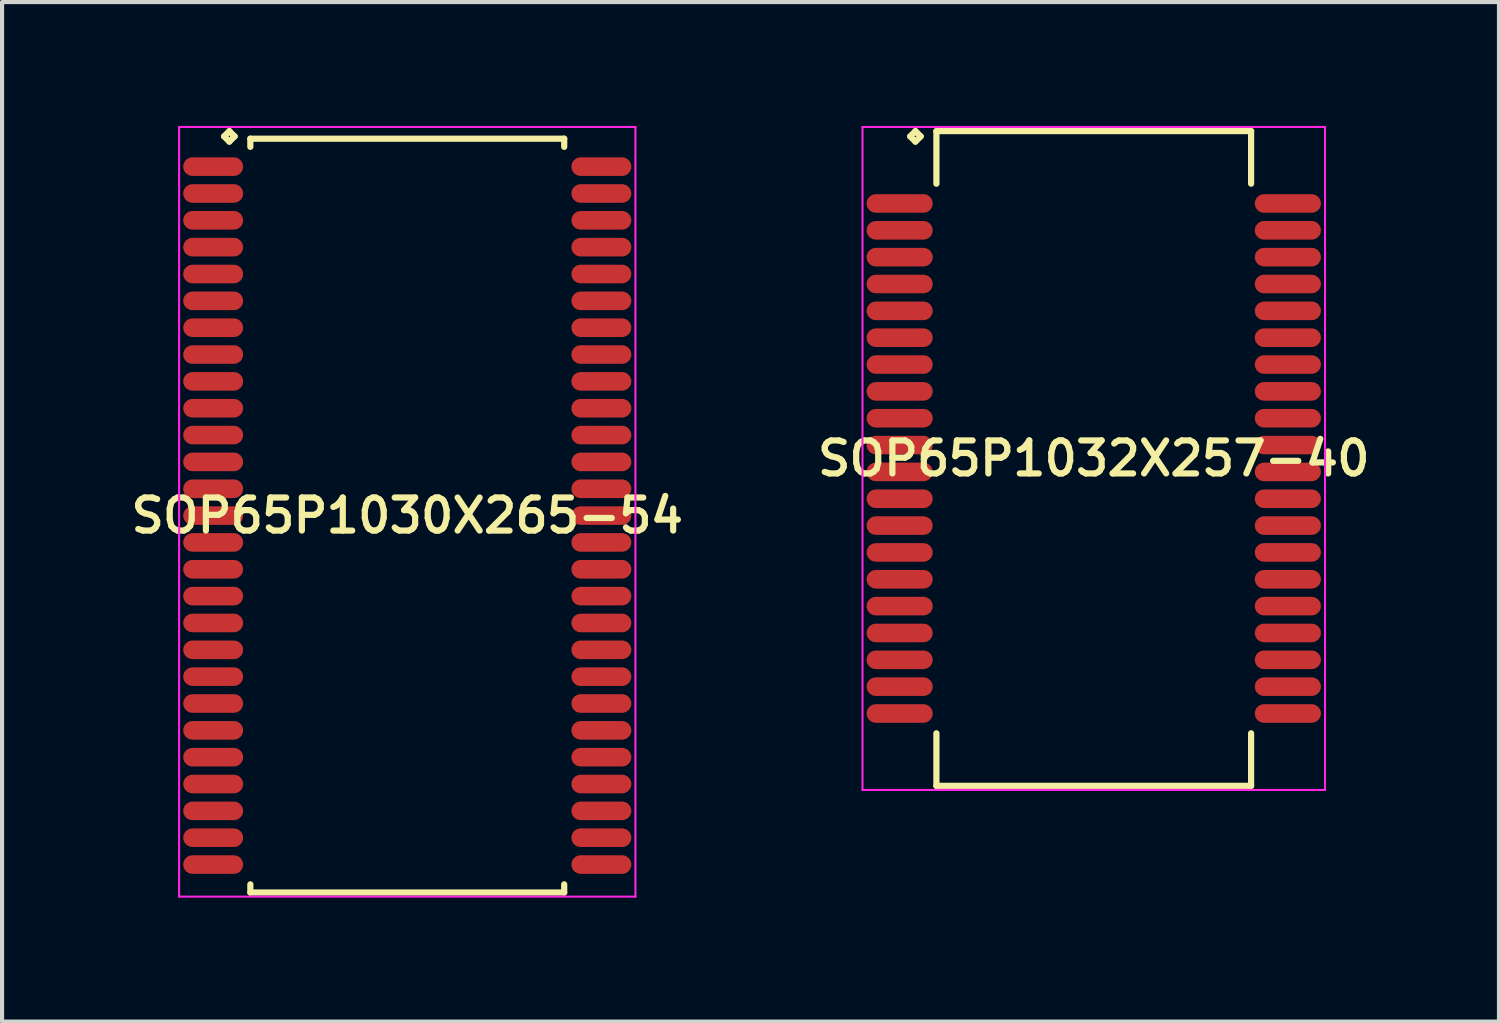
<source format=kicad_pcb>
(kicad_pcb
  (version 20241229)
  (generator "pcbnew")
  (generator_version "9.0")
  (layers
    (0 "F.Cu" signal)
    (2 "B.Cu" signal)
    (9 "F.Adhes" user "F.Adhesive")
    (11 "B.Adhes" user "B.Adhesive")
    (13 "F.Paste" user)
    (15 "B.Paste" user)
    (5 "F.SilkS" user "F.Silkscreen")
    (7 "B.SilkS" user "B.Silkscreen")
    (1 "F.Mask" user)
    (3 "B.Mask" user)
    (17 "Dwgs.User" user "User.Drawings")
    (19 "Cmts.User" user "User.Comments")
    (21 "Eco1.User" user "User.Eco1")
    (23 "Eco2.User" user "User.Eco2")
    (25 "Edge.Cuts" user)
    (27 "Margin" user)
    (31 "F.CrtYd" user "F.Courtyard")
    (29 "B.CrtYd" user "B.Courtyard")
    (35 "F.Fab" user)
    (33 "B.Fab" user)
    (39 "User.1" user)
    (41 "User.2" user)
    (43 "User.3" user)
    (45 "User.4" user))
  (footprint "SOP65P1030X265-54"
    (layer "F.Cu")
    (at 6.812 9.435)
    (property "Reference" "SOP65P1030X265-54" (at 0 0 0) (layer "F.SilkS") (effects (font (size 0.8 0.8) (thickness 0.15))))
    (attr smd)
    (fp_line (start -4.435 -9.183) (end -4.308 -9.31) (stroke (width 0.15) (type solid)) (layer "F.SilkS"))
    (fp_line (start -4.308 -9.31) (end -4.181 -9.183) (stroke (width 0.15) (type solid)) (layer "F.SilkS"))
    (fp_line (start -4.308 -9.056) (end -4.435 -9.183) (stroke (width 0.15) (type solid)) (layer "F.SilkS"))
    (fp_line (start -4.181 -9.183) (end -4.308 -9.056) (stroke (width 0.15) (type solid)) (layer "F.SilkS"))
    (fp_line (start -3.8 -9.127) (end 3.8 -9.127) (stroke (width 0.15) (type solid)) (layer "F.SilkS"))
    (fp_line (start -3.8 -8.929) (end -3.8 -9.127) (stroke (width 0.15) (type solid)) (layer "F.SilkS"))
    (fp_line (start -3.8 8.929) (end -3.8 9.127) (stroke (width 0.15) (type solid)) (layer "F.SilkS"))
    (fp_line (start -3.8 9.127) (end 3.8 9.127) (stroke (width 0.15) (type solid)) (layer "F.SilkS"))
    (fp_line (start 3.8 -9.127) (end 3.8 -8.929) (stroke (width 0.15) (type solid)) (layer "F.SilkS"))
    (fp_line (start 3.8 9.127) (end 3.8 8.929) (stroke (width 0.15) (type solid)) (layer "F.SilkS"))
    (fp_line (start -5.525 -9.41) (end 5.525 -9.41) (stroke (width 0.05) (type solid)) (layer "F.CrtYd"))
    (fp_line (start -5.525 9.227) (end -5.525 -9.41) (stroke (width 0.05) (type solid)) (layer "F.CrtYd"))
    (fp_line (start 5.525 -9.41) (end 5.525 9.227) (stroke (width 0.05) (type solid)) (layer "F.CrtYd"))
    (fp_line (start 5.525 9.227) (end -5.525 9.227) (stroke (width 0.05) (type solid)) (layer "F.CrtYd"))
    (pad "1" smd oval (at -4.7 -8.45) (size 1.45 0.45) (layers "F.Cu" "F.Mask" "F.Paste"))
    (pad "2" smd oval (at -4.7 -7.8) (size 1.45 0.45) (layers "F.Cu" "F.Mask" "F.Paste"))
    (pad "3" smd oval (at -4.7 -7.15) (size 1.45 0.45) (layers "F.Cu" "F.Mask" "F.Paste"))
    (pad "4" smd oval (at -4.7 -6.5) (size 1.45 0.45) (layers "F.Cu" "F.Mask" "F.Paste"))
    (pad "5" smd oval (at -4.7 -5.85) (size 1.45 0.45) (layers "F.Cu" "F.Mask" "F.Paste"))
    (pad "6" smd oval (at -4.7 -5.2) (size 1.45 0.45) (layers "F.Cu" "F.Mask" "F.Paste"))
    (pad "7" smd oval (at -4.7 -4.55) (size 1.45 0.45) (layers "F.Cu" "F.Mask" "F.Paste"))
    (pad "8" smd oval (at -4.7 -3.9) (size 1.45 0.45) (layers "F.Cu" "F.Mask" "F.Paste"))
    (pad "9" smd oval (at -4.7 -3.25) (size 1.45 0.45) (layers "F.Cu" "F.Mask" "F.Paste"))
    (pad "10" smd oval (at -4.7 -2.6) (size 1.45 0.45) (layers "F.Cu" "F.Mask" "F.Paste"))
    (pad "11" smd oval (at -4.7 -1.95) (size 1.45 0.45) (layers "F.Cu" "F.Mask" "F.Paste"))
    (pad "12" smd oval (at -4.7 -1.3) (size 1.45 0.45) (layers "F.Cu" "F.Mask" "F.Paste"))
    (pad "13" smd oval (at -4.7 -0.65) (size 1.45 0.45) (layers "F.Cu" "F.Mask" "F.Paste"))
    (pad "14" smd oval (at -4.7 0) (size 1.45 0.45) (layers "F.Cu" "F.Mask" "F.Paste"))
    (pad "15" smd oval (at -4.7 0.65) (size 1.45 0.45) (layers "F.Cu" "F.Mask" "F.Paste"))
    (pad "16" smd oval (at -4.7 1.3) (size 1.45 0.45) (layers "F.Cu" "F.Mask" "F.Paste"))
    (pad "17" smd oval (at -4.7 1.95) (size 1.45 0.45) (layers "F.Cu" "F.Mask" "F.Paste"))
    (pad "18" smd oval (at -4.7 2.6) (size 1.45 0.45) (layers "F.Cu" "F.Mask" "F.Paste"))
    (pad "19" smd oval (at -4.7 3.25) (size 1.45 0.45) (layers "F.Cu" "F.Mask" "F.Paste"))
    (pad "20" smd oval (at -4.7 3.9) (size 1.45 0.45) (layers "F.Cu" "F.Mask" "F.Paste"))
    (pad "21" smd oval (at -4.7 4.55) (size 1.45 0.45) (layers "F.Cu" "F.Mask" "F.Paste"))
    (pad "22" smd oval (at -4.7 5.2) (size 1.45 0.45) (layers "F.Cu" "F.Mask" "F.Paste"))
    (pad "23" smd oval (at -4.7 5.85) (size 1.45 0.45) (layers "F.Cu" "F.Mask" "F.Paste"))
    (pad "24" smd oval (at -4.7 6.5) (size 1.45 0.45) (layers "F.Cu" "F.Mask" "F.Paste"))
    (pad "25" smd oval (at -4.7 7.15) (size 1.45 0.45) (layers "F.Cu" "F.Mask" "F.Paste"))
    (pad "26" smd oval (at -4.7 7.8) (size 1.45 0.45) (layers "F.Cu" "F.Mask" "F.Paste"))
    (pad "27" smd oval (at -4.7 8.45) (size 1.45 0.45) (layers "F.Cu" "F.Mask" "F.Paste"))
    (pad "28" smd oval (at 4.7 8.45) (size 1.45 0.45) (layers "F.Cu" "F.Mask" "F.Paste"))
    (pad "29" smd oval (at 4.7 7.8) (size 1.45 0.45) (layers "F.Cu" "F.Mask" "F.Paste"))
    (pad "30" smd oval (at 4.7 7.15) (size 1.45 0.45) (layers "F.Cu" "F.Mask" "F.Paste"))
    (pad "31" smd oval (at 4.7 6.5) (size 1.45 0.45) (layers "F.Cu" "F.Mask" "F.Paste"))
    (pad "32" smd oval (at 4.7 5.85) (size 1.45 0.45) (layers "F.Cu" "F.Mask" "F.Paste"))
    (pad "33" smd oval (at 4.7 5.2) (size 1.45 0.45) (layers "F.Cu" "F.Mask" "F.Paste"))
    (pad "34" smd oval (at 4.7 4.55) (size 1.45 0.45) (layers "F.Cu" "F.Mask" "F.Paste"))
    (pad "35" smd oval (at 4.7 3.9) (size 1.45 0.45) (layers "F.Cu" "F.Mask" "F.Paste"))
    (pad "36" smd oval (at 4.7 3.25) (size 1.45 0.45) (layers "F.Cu" "F.Mask" "F.Paste"))
    (pad "37" smd oval (at 4.7 2.6) (size 1.45 0.45) (layers "F.Cu" "F.Mask" "F.Paste"))
    (pad "38" smd oval (at 4.7 1.95) (size 1.45 0.45) (layers "F.Cu" "F.Mask" "F.Paste"))
    (pad "39" smd oval (at 4.7 1.3) (size 1.45 0.45) (layers "F.Cu" "F.Mask" "F.Paste"))
    (pad "40" smd oval (at 4.7 0.65) (size 1.45 0.45) (layers "F.Cu" "F.Mask" "F.Paste"))
    (pad "41" smd oval (at 4.7 0) (size 1.45 0.45) (layers "F.Cu" "F.Mask" "F.Paste"))
    (pad "42" smd oval (at 4.7 -0.65) (size 1.45 0.45) (layers "F.Cu" "F.Mask" "F.Paste"))
    (pad "43" smd oval (at 4.7 -1.3) (size 1.45 0.45) (layers "F.Cu" "F.Mask" "F.Paste"))
    (pad "44" smd oval (at 4.7 -1.95) (size 1.45 0.45) (layers "F.Cu" "F.Mask" "F.Paste"))
    (pad "45" smd oval (at 4.7 -2.6) (size 1.45 0.45) (layers "F.Cu" "F.Mask" "F.Paste"))
    (pad "46" smd oval (at 4.7 -3.25) (size 1.45 0.45) (layers "F.Cu" "F.Mask" "F.Paste"))
    (pad "47" smd oval (at 4.7 -3.9) (size 1.45 0.45) (layers "F.Cu" "F.Mask" "F.Paste"))
    (pad "48" smd oval (at 4.7 -4.55) (size 1.45 0.45) (layers "F.Cu" "F.Mask" "F.Paste"))
    (pad "49" smd oval (at 4.7 -5.2) (size 1.45 0.45) (layers "F.Cu" "F.Mask" "F.Paste"))
    (pad "50" smd oval (at 4.7 -5.85) (size 1.45 0.45) (layers "F.Cu" "F.Mask" "F.Paste"))
    (pad "51" smd oval (at 4.7 -6.5) (size 1.45 0.45) (layers "F.Cu" "F.Mask" "F.Paste"))
    (pad "52" smd oval (at 4.7 -7.15) (size 1.45 0.45) (layers "F.Cu" "F.Mask" "F.Paste"))
    (pad "53" smd oval (at 4.7 -7.8) (size 1.45 0.45) (layers "F.Cu" "F.Mask" "F.Paste"))
    (pad "54" smd oval (at 4.7 -8.45) (size 1.45 0.45) (layers "F.Cu" "F.Mask" "F.Paste")))
  (footprint "SOP65P1032X257-40"
    (layer "F.Cu")
    (at 23.435 8.052)
    (property "Reference" "SOP65P1032X257-40" (at 0 0 0) (layer "F.SilkS") (effects (font (size 0.8 0.8) (thickness 0.15))))
    (attr smd)
    (fp_line (start -4.445 -7.8) (end -4.318 -7.927) (stroke (width 0.15) (type solid)) (layer "F.SilkS"))
    (fp_line (start -4.318 -7.927) (end -4.191 -7.8) (stroke (width 0.15) (type solid)) (layer "F.SilkS"))
    (fp_line (start -4.318 -7.673) (end -4.445 -7.8) (stroke (width 0.15) (type solid)) (layer "F.SilkS"))
    (fp_line (start -4.191 -7.8) (end -4.318 -7.673) (stroke (width 0.15) (type solid)) (layer "F.SilkS"))
    (fp_line (start -3.81 -7.927) (end 3.81 -7.927) (stroke (width 0.15) (type solid)) (layer "F.SilkS"))
    (fp_line (start -3.81 -6.654) (end -3.81 -7.927) (stroke (width 0.15) (type solid)) (layer "F.SilkS"))
    (fp_line (start -3.81 6.654) (end -3.81 7.927) (stroke (width 0.15) (type solid)) (layer "F.SilkS"))
    (fp_line (start -3.81 7.927) (end 3.81 7.927) (stroke (width 0.15) (type solid)) (layer "F.SilkS"))
    (fp_line (start 3.81 -7.927) (end 3.81 -6.654) (stroke (width 0.15) (type solid)) (layer "F.SilkS"))
    (fp_line (start 3.81 7.927) (end 3.81 6.654) (stroke (width 0.15) (type solid)) (layer "F.SilkS"))
    (fp_line (start -5.6 -8.027) (end 5.6 -8.027) (stroke (width 0.05) (type solid)) (layer "F.CrtYd"))
    (fp_line (start -5.6 8.027) (end -5.6 -8.027) (stroke (width 0.05) (type solid)) (layer "F.CrtYd"))
    (fp_line (start 5.6 -8.027) (end 5.6 8.027) (stroke (width 0.05) (type solid)) (layer "F.CrtYd"))
    (fp_line (start 5.6 8.027) (end -5.6 8.027) (stroke (width 0.05) (type solid)) (layer "F.CrtYd"))
    (pad "1" smd oval (at -4.7 -6.175) (size 1.6 0.45) (layers "F.Cu" "F.Mask" "F.Paste"))
    (pad "2" smd oval (at -4.7 -5.525) (size 1.6 0.45) (layers "F.Cu" "F.Mask" "F.Paste"))
    (pad "3" smd oval (at -4.7 -4.875) (size 1.6 0.45) (layers "F.Cu" "F.Mask" "F.Paste"))
    (pad "4" smd oval (at -4.7 -4.225) (size 1.6 0.45) (layers "F.Cu" "F.Mask" "F.Paste"))
    (pad "5" smd oval (at -4.7 -3.575) (size 1.6 0.45) (layers "F.Cu" "F.Mask" "F.Paste"))
    (pad "6" smd oval (at -4.7 -2.925) (size 1.6 0.45) (layers "F.Cu" "F.Mask" "F.Paste"))
    (pad "7" smd oval (at -4.7 -2.275) (size 1.6 0.45) (layers "F.Cu" "F.Mask" "F.Paste"))
    (pad "8" smd oval (at -4.7 -1.625) (size 1.6 0.45) (layers "F.Cu" "F.Mask" "F.Paste"))
    (pad "9" smd oval (at -4.7 -0.975) (size 1.6 0.45) (layers "F.Cu" "F.Mask" "F.Paste"))
    (pad "10" smd oval (at -4.7 -0.325) (size 1.6 0.45) (layers "F.Cu" "F.Mask" "F.Paste"))
    (pad "11" smd oval (at -4.7 0.325) (size 1.6 0.45) (layers "F.Cu" "F.Mask" "F.Paste"))
    (pad "12" smd oval (at -4.7 0.975) (size 1.6 0.45) (layers "F.Cu" "F.Mask" "F.Paste"))
    (pad "13" smd oval (at -4.7 1.625) (size 1.6 0.45) (layers "F.Cu" "F.Mask" "F.Paste"))
    (pad "14" smd oval (at -4.7 2.275) (size 1.6 0.45) (layers "F.Cu" "F.Mask" "F.Paste"))
    (pad "15" smd oval (at -4.7 2.925) (size 1.6 0.45) (layers "F.Cu" "F.Mask" "F.Paste"))
    (pad "16" smd oval (at -4.7 3.575) (size 1.6 0.45) (layers "F.Cu" "F.Mask" "F.Paste"))
    (pad "17" smd oval (at -4.7 4.225) (size 1.6 0.45) (layers "F.Cu" "F.Mask" "F.Paste"))
    (pad "18" smd oval (at -4.7 4.875) (size 1.6 0.45) (layers "F.Cu" "F.Mask" "F.Paste"))
    (pad "19" smd oval (at -4.7 5.525) (size 1.6 0.45) (layers "F.Cu" "F.Mask" "F.Paste"))
    (pad "20" smd oval (at -4.7 6.175) (size 1.6 0.45) (layers "F.Cu" "F.Mask" "F.Paste"))
    (pad "21" smd oval (at 4.7 6.175) (size 1.6 0.45) (layers "F.Cu" "F.Mask" "F.Paste"))
    (pad "22" smd oval (at 4.7 5.525) (size 1.6 0.45) (layers "F.Cu" "F.Mask" "F.Paste"))
    (pad "23" smd oval (at 4.7 4.875) (size 1.6 0.45) (layers "F.Cu" "F.Mask" "F.Paste"))
    (pad "24" smd oval (at 4.7 4.225) (size 1.6 0.45) (layers "F.Cu" "F.Mask" "F.Paste"))
    (pad "25" smd oval (at 4.7 3.575) (size 1.6 0.45) (layers "F.Cu" "F.Mask" "F.Paste"))
    (pad "26" smd oval (at 4.7 2.925) (size 1.6 0.45) (layers "F.Cu" "F.Mask" "F.Paste"))
    (pad "27" smd oval (at 4.7 2.275) (size 1.6 0.45) (layers "F.Cu" "F.Mask" "F.Paste"))
    (pad "28" smd oval (at 4.7 1.625) (size 1.6 0.45) (layers "F.Cu" "F.Mask" "F.Paste"))
    (pad "29" smd oval (at 4.7 0.975) (size 1.6 0.45) (layers "F.Cu" "F.Mask" "F.Paste"))
    (pad "30" smd oval (at 4.7 0.325) (size 1.6 0.45) (layers "F.Cu" "F.Mask" "F.Paste"))
    (pad "31" smd oval (at 4.7 -0.325) (size 1.6 0.45) (layers "F.Cu" "F.Mask" "F.Paste"))
    (pad "32" smd oval (at 4.7 -0.975) (size 1.6 0.45) (layers "F.Cu" "F.Mask" "F.Paste"))
    (pad "33" smd oval (at 4.7 -1.625) (size 1.6 0.45) (layers "F.Cu" "F.Mask" "F.Paste"))
    (pad "34" smd oval (at 4.7 -2.275) (size 1.6 0.45) (layers "F.Cu" "F.Mask" "F.Paste"))
    (pad "35" smd oval (at 4.7 -2.925) (size 1.6 0.45) (layers "F.Cu" "F.Mask" "F.Paste"))
    (pad "36" smd oval (at 4.7 -3.575) (size 1.6 0.45) (layers "F.Cu" "F.Mask" "F.Paste"))
    (pad "37" smd oval (at 4.7 -4.225) (size 1.6 0.45) (layers "F.Cu" "F.Mask" "F.Paste"))
    (pad "38" smd oval (at 4.7 -4.875) (size 1.6 0.45) (layers "F.Cu" "F.Mask" "F.Paste"))
    (pad "39" smd oval (at 4.7 -5.525) (size 1.6 0.45) (layers "F.Cu" "F.Mask" "F.Paste"))
    (pad "40" smd oval (at 4.7 -6.175) (size 1.6 0.45) (layers "F.Cu" "F.Mask" "F.Paste")))
  (gr_rect
    (start -3 -3)
    (end 33.247 21.687)
    (stroke (width 0.1) (type default))
    (fill no)
    (layer "Edge.Cuts")))
</source>
